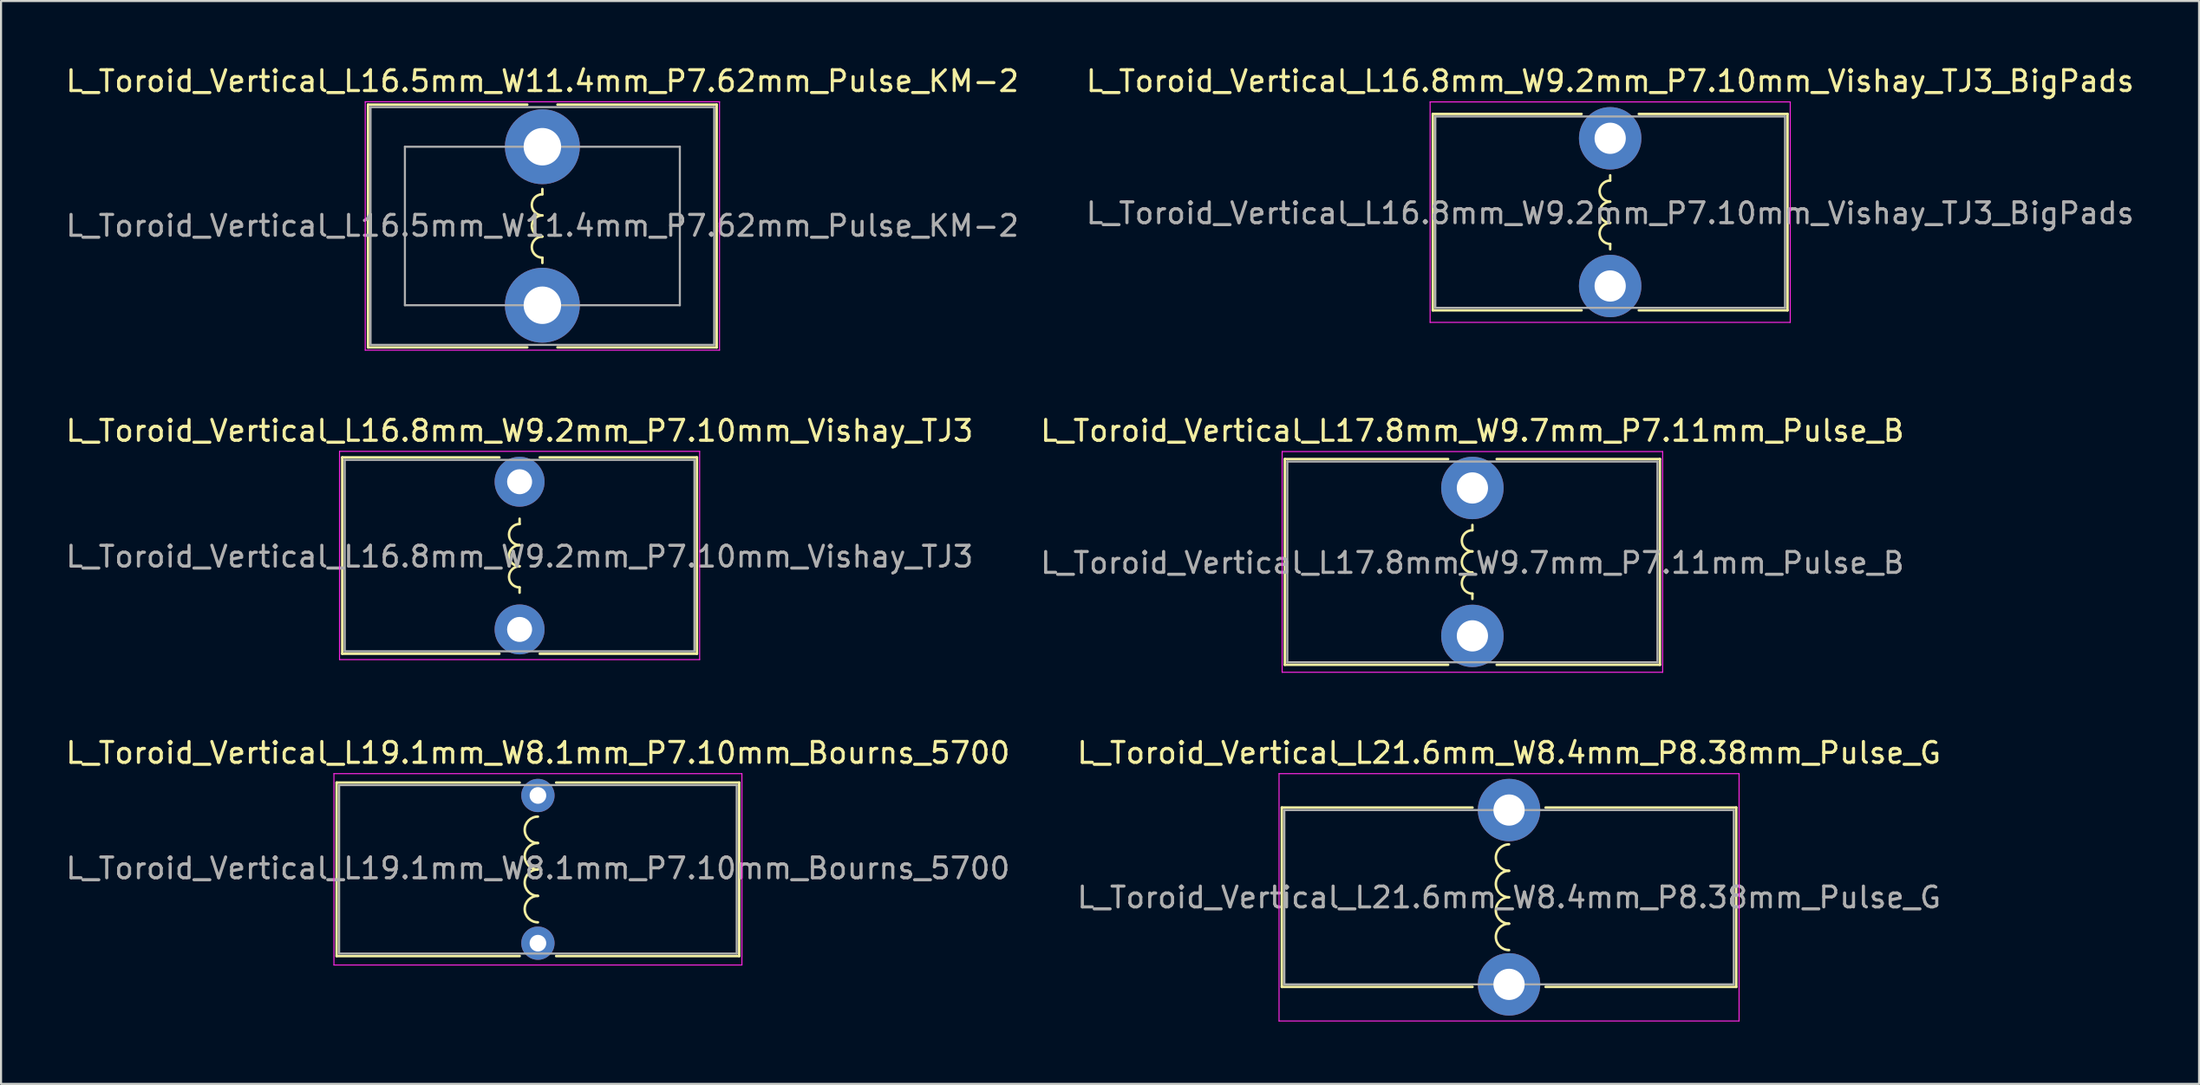
<source format=kicad_pcb>
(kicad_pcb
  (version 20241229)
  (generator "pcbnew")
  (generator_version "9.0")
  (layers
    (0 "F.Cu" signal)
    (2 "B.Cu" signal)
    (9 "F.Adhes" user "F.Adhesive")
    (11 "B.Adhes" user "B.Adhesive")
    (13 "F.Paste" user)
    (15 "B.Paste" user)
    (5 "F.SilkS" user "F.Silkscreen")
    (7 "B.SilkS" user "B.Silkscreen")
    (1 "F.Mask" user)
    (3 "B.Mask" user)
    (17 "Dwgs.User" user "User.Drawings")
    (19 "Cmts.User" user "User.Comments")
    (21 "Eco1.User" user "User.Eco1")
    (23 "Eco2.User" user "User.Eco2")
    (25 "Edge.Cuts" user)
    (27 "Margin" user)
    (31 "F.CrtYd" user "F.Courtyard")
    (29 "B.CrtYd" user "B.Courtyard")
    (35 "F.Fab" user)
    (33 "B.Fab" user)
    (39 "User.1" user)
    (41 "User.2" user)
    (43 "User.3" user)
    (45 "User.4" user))
  (footprint "L_Toroid_Vertical_L21.6mm_W8.4mm_P8.38mm_Pulse_G"
    (layer "F.Cu")
    (at 69.446 35.89)
    (property "Reference" "L_Toroid_Vertical_L21.6mm_W8.4mm_P8.38mm_Pulse_G" (at 0 -2.75 0) (layer "F.SilkS") (effects (font (size 1 1) (thickness 0.15))))
    (attr through_hole)
    (fp_line (start -10.915 -0.12) (end -10.915 8.5) (stroke (width 0.12) (type solid)) (layer "F.SilkS"))
    (fp_line (start -10.915 -0.12) (end -1.755 -0.12) (stroke (width 0.12) (type solid)) (layer "F.SilkS"))
    (fp_line (start -10.915 8.5) (end -1.755 8.5) (stroke (width 0.12) (type solid)) (layer "F.SilkS"))
    (fp_line (start 1.755 -0.12) (end 10.915 -0.12) (stroke (width 0.12) (type solid)) (layer "F.SilkS"))
    (fp_line (start 1.755 8.5) (end 10.915 8.5) (stroke (width 0.12) (type solid)) (layer "F.SilkS"))
    (fp_line (start 10.915 -0.12) (end 10.915 8.5) (stroke (width 0.12) (type solid)) (layer "F.SilkS"))
    (fp_arc (start 0 2.921) (mid -0.635 2.286) (end 0 1.651) (stroke (width 0.12) (type solid)) (layer "F.SilkS"))
    (fp_arc (start 0 4.191) (mid -0.635 3.556) (end 0 2.921) (stroke (width 0.12) (type solid)) (layer "F.SilkS"))
    (fp_arc (start 0 5.461) (mid -0.635 4.826) (end 0 4.191) (stroke (width 0.12) (type solid)) (layer "F.SilkS"))
    (fp_arc (start 0 6.731) (mid -0.635 6.096) (end 0 5.461) (stroke (width 0.12) (type solid)) (layer "F.SilkS"))
    (fp_line (start -11.05 -1.75) (end -11.05 10.14) (stroke (width 0.05) (type solid)) (layer "F.CrtYd"))
    (fp_line (start -11.05 10.14) (end 11.05 10.14) (stroke (width 0.05) (type solid)) (layer "F.CrtYd"))
    (fp_line (start 11.05 -1.75) (end -11.05 -1.75) (stroke (width 0.05) (type solid)) (layer "F.CrtYd"))
    (fp_line (start 11.05 10.14) (end 11.05 -1.75) (stroke (width 0.05) (type solid)) (layer "F.CrtYd"))
    (fp_line (start -10.795 0) (end -10.795 8.38) (stroke (width 0.1) (type solid)) (layer "F.Fab"))
    (fp_line (start -10.795 8.38) (end 10.795 8.38) (stroke (width 0.1) (type solid)) (layer "F.Fab"))
    (fp_line (start 10.795 0) (end -10.795 0) (stroke (width 0.1) (type solid)) (layer "F.Fab"))
    (fp_line (start 10.795 8.38) (end 10.795 0) (stroke (width 0.1) (type solid)) (layer "F.Fab"))
    (fp_text user "${REFERENCE}" (at 0 4.2 0) (layer "F.Fab") (effects (font (size 1 1) (thickness 0.15))))
    (pad "1" thru_hole circle (at 0 0) (size 3 3) (drill 1.5) (layers "*.Cu" "*.Mask"))
    (pad "2" thru_hole circle (at 0 8.38) (size 3 3) (drill 1.5) (layers "*.Cu" "*.Mask")))
  (footprint "L_Toroid_Vertical_L16.8mm_W9.2mm_P7.10mm_Vishay_TJ3_BigPads"
    (layer "F.Cu")
    (at 74.304 3.598)
    (property "Reference" "L_Toroid_Vertical_L16.8mm_W9.2mm_P7.10mm_Vishay_TJ3_BigPads" (at 0 -2.75 0) (layer "F.SilkS") (effects (font (size 1 1) (thickness 0.15))))
    (attr through_hole)
    (fp_line (start -8.52 -1.17) (end -8.52 8.27) (stroke (width 0.12) (type solid)) (layer "F.SilkS"))
    (fp_line (start -8.52 -1.17) (end -1.374 -1.17) (stroke (width 0.12) (type solid)) (layer "F.SilkS"))
    (fp_line (start -8.52 8.27) (end -1.374 8.27) (stroke (width 0.12) (type solid)) (layer "F.SilkS"))
    (fp_line (start 0 2.032) (end 0 1.778) (stroke (width 0.12) (type solid)) (layer "F.SilkS"))
    (fp_line (start 0 5.08) (end 0 5.334) (stroke (width 0.12) (type solid)) (layer "F.SilkS"))
    (fp_line (start 1.374 -1.17) (end 8.52 -1.17) (stroke (width 0.12) (type solid)) (layer "F.SilkS"))
    (fp_line (start 1.374 8.27) (end 8.52 8.27) (stroke (width 0.12) (type solid)) (layer "F.SilkS"))
    (fp_line (start 8.52 -1.17) (end 8.52 8.27) (stroke (width 0.12) (type solid)) (layer "F.SilkS"))
    (fp_arc (start 0 3.048) (mid -0.508 2.54) (end 0 2.032) (stroke (width 0.12) (type solid)) (layer "F.SilkS"))
    (fp_arc (start 0 4.064) (mid -0.508 3.556) (end 0 3.048) (stroke (width 0.12) (type solid)) (layer "F.SilkS"))
    (fp_arc (start 0 5.08) (mid -0.508 4.572) (end 0 4.064) (stroke (width 0.12) (type solid)) (layer "F.SilkS"))
    (fp_line (start -8.65 -1.75) (end -8.65 8.85) (stroke (width 0.05) (type solid)) (layer "F.CrtYd"))
    (fp_line (start -8.65 8.85) (end 8.65 8.85) (stroke (width 0.05) (type solid)) (layer "F.CrtYd"))
    (fp_line (start 8.65 -1.75) (end -8.65 -1.75) (stroke (width 0.05) (type solid)) (layer "F.CrtYd"))
    (fp_line (start 8.65 8.85) (end 8.65 -1.75) (stroke (width 0.05) (type solid)) (layer "F.CrtYd"))
    (fp_line (start -8.4 -1.05) (end -8.4 8.15) (stroke (width 0.1) (type solid)) (layer "F.Fab"))
    (fp_line (start -8.4 8.15) (end 8.4 8.15) (stroke (width 0.1) (type solid)) (layer "F.Fab"))
    (fp_line (start 8.4 -1.05) (end -8.4 -1.05) (stroke (width 0.1) (type solid)) (layer "F.Fab"))
    (fp_line (start 8.4 8.15) (end 8.4 -1.05) (stroke (width 0.1) (type solid)) (layer "F.Fab"))
    (fp_text user "${REFERENCE}" (at 0 3.6 0) (layer "F.Fab") (effects (font (size 1 1) (thickness 0.15))))
    (pad "1" thru_hole circle (at 0 0) (size 3 3) (drill 1.5) (layers "*.Cu" "*.Mask"))
    (pad "2" thru_hole circle (at 0 7.1) (size 3 3) (drill 1.5) (layers "*.Cu" "*.Mask")))
  (footprint "L_Toroid_Vertical_L19.1mm_W8.1mm_P7.10mm_Bourns_5700"
    (layer "F.Cu")
    (at 22.792 35.19)
    (property "Reference" "L_Toroid_Vertical_L19.1mm_W8.1mm_P7.10mm_Bourns_5700" (at 0 -2.05 0) (layer "F.SilkS") (effects (font (size 1 1) (thickness 0.15))))
    (attr through_hole)
    (fp_line (start -9.67 -0.62) (end -9.67 7.72) (stroke (width 0.12) (type solid)) (layer "F.SilkS"))
    (fp_line (start -9.67 -0.62) (end -0.875 -0.62) (stroke (width 0.12) (type solid)) (layer "F.SilkS"))
    (fp_line (start -9.67 7.72) (end -0.875 7.72) (stroke (width 0.12) (type solid)) (layer "F.SilkS"))
    (fp_line (start 0.875 -0.62) (end 9.67 -0.62) (stroke (width 0.12) (type solid)) (layer "F.SilkS"))
    (fp_line (start 0.875 7.72) (end 9.67 7.72) (stroke (width 0.12) (type solid)) (layer "F.SilkS"))
    (fp_line (start 9.67 -0.62) (end 9.67 7.72) (stroke (width 0.12) (type solid)) (layer "F.SilkS"))
    (fp_arc (start 0 2.286) (mid -0.635 1.651) (end 0 1.016) (stroke (width 0.12) (type solid)) (layer "F.SilkS"))
    (fp_arc (start 0 3.556) (mid -0.635 2.921) (end 0 2.286) (stroke (width 0.12) (type solid)) (layer "F.SilkS"))
    (fp_arc (start 0 4.826) (mid -0.635 4.191) (end 0 3.556) (stroke (width 0.12) (type solid)) (layer "F.SilkS"))
    (fp_arc (start 0 6.096) (mid -0.635 5.461) (end 0 4.826) (stroke (width 0.12) (type solid)) (layer "F.SilkS"))
    (fp_line (start -9.8 -1.05) (end -9.8 8.15) (stroke (width 0.05) (type solid)) (layer "F.CrtYd"))
    (fp_line (start -9.8 8.15) (end 9.8 8.15) (stroke (width 0.05) (type solid)) (layer "F.CrtYd"))
    (fp_line (start 9.8 -1.05) (end -9.8 -1.05) (stroke (width 0.05) (type solid)) (layer "F.CrtYd"))
    (fp_line (start 9.8 8.15) (end 9.8 -1.05) (stroke (width 0.05) (type solid)) (layer "F.CrtYd"))
    (fp_line (start -9.55 -0.5) (end -9.55 7.6) (stroke (width 0.1) (type solid)) (layer "F.Fab"))
    (fp_line (start -9.55 7.6) (end 9.55 7.6) (stroke (width 0.1) (type solid)) (layer "F.Fab"))
    (fp_line (start 9.55 -0.5) (end -9.55 -0.5) (stroke (width 0.1) (type solid)) (layer "F.Fab"))
    (fp_line (start 9.55 7.6) (end 9.55 -0.5) (stroke (width 0.1) (type solid)) (layer "F.Fab"))
    (fp_text user "${REFERENCE}" (at 0 3.5 0) (layer "F.Fab") (effects (font (size 1 1) (thickness 0.15))))
    (pad "1" thru_hole circle (at 0 0) (size 1.6 1.6) (drill 0.8) (layers "*.Cu" "*.Mask"))
    (pad "2" thru_hole circle (at 0 7.1) (size 1.6 1.6) (drill 0.8) (layers "*.Cu" "*.Mask")))
  (footprint "L_Toroid_Vertical_L16.5mm_W11.4mm_P7.62mm_Pulse_KM-2"
    (layer "F.Cu")
    (at 23.006 4.003)
    (property "Reference" "L_Toroid_Vertical_L16.5mm_W11.4mm_P7.62mm_Pulse_KM-2" (at 0 -3.155 0) (layer "F.SilkS") (effects (font (size 1 1) (thickness 0.15))))
    (attr through_hole)
    (fp_line (start -8.375 -2.025) (end -8.375 9.645) (stroke (width 0.12) (type solid)) (layer "F.SilkS"))
    (fp_line (start -8.375 -2.025) (end -0.725 -2.025) (stroke (width 0.12) (type solid)) (layer "F.SilkS"))
    (fp_line (start -8.375 9.645) (end -0.725 9.645) (stroke (width 0.12) (type solid)) (layer "F.SilkS"))
    (fp_line (start 0 2.286) (end 0 2.032) (stroke (width 0.12) (type solid)) (layer "F.SilkS"))
    (fp_line (start 0 5.334) (end 0 5.588) (stroke (width 0.12) (type solid)) (layer "F.SilkS"))
    (fp_line (start 0.725 -2.025) (end 8.375 -2.025) (stroke (width 0.12) (type solid)) (layer "F.SilkS"))
    (fp_line (start 0.725 9.645) (end 8.375 9.645) (stroke (width 0.12) (type solid)) (layer "F.SilkS"))
    (fp_line (start 8.375 -2.025) (end 8.375 9.645) (stroke (width 0.12) (type solid)) (layer "F.SilkS"))
    (fp_arc (start 0 3.302) (mid -0.508 2.794) (end 0 2.286) (stroke (width 0.12) (type solid)) (layer "F.SilkS"))
    (fp_arc (start 0 4.318) (mid -0.508 3.81) (end 0 3.302) (stroke (width 0.12) (type solid)) (layer "F.SilkS"))
    (fp_arc (start 0 5.334) (mid -0.508 4.826) (end 0 4.318) (stroke (width 0.12) (type solid)) (layer "F.SilkS"))
    (fp_line (start -8.51 -2.16) (end -8.51 9.78) (stroke (width 0.05) (type solid)) (layer "F.CrtYd"))
    (fp_line (start -8.51 9.78) (end 8.51 9.78) (stroke (width 0.05) (type solid)) (layer "F.CrtYd"))
    (fp_line (start 8.51 -2.16) (end -8.51 -2.16) (stroke (width 0.05) (type solid)) (layer "F.CrtYd"))
    (fp_line (start 8.51 9.78) (end 8.51 -2.16) (stroke (width 0.05) (type solid)) (layer "F.CrtYd"))
    (fp_line (start -8.255 -1.905) (end -8.255 9.525) (stroke (width 0.1) (type solid)) (layer "F.Fab"))
    (fp_line (start -8.255 9.525) (end 8.255 9.525) (stroke (width 0.1) (type solid)) (layer "F.Fab"))
    (fp_line (start -6.604 0) (end -6.604 7.62) (stroke (width 0.1) (type solid)) (layer "F.Fab"))
    (fp_line (start -6.604 7.62) (end 6.604 7.62) (stroke (width 0.1) (type solid)) (layer "F.Fab"))
    (fp_line (start 6.604 0) (end -6.604 0) (stroke (width 0.1) (type solid)) (layer "F.Fab"))
    (fp_line (start 6.604 7.62) (end 6.604 0) (stroke (width 0.1) (type solid)) (layer "F.Fab"))
    (fp_line (start 8.255 -1.905) (end -8.255 -1.905) (stroke (width 0.1) (type solid)) (layer "F.Fab"))
    (fp_line (start 8.255 9.525) (end 8.255 -1.905) (stroke (width 0.1) (type solid)) (layer "F.Fab"))
    (fp_text user "${REFERENCE}" (at 0 3.8 0) (layer "F.Fab") (effects (font (size 1 1) (thickness 0.15))))
    (pad "1" thru_hole circle (at 0 0) (size 3.6 3.6) (drill 1.8) (layers "*.Cu" "*.Mask"))
    (pad "2" thru_hole circle (at 0 7.62) (size 3.6 3.6) (drill 1.8) (layers "*.Cu" "*.Mask")))
  (footprint "L_Toroid_Vertical_L17.8mm_W9.7mm_P7.11mm_Pulse_B"
    (layer "F.Cu")
    (at 67.685 20.407)
    (property "Reference" "L_Toroid_Vertical_L17.8mm_W9.7mm_P7.11mm_Pulse_B" (at 0 -2.75 0) (layer "F.SilkS") (effects (font (size 1 1) (thickness 0.15))))
    (attr through_hole)
    (fp_line (start -9.01 -1.39) (end -9.01 8.5) (stroke (width 0.12) (type solid)) (layer "F.SilkS"))
    (fp_line (start -9.01 -1.39) (end -1.166 -1.39) (stroke (width 0.12) (type solid)) (layer "F.SilkS"))
    (fp_line (start -9.01 8.5) (end -1.166 8.5) (stroke (width 0.12) (type solid)) (layer "F.SilkS"))
    (fp_line (start 0 2.032) (end 0 1.778) (stroke (width 0.12) (type solid)) (layer "F.SilkS"))
    (fp_line (start 0 5.08) (end 0 5.334) (stroke (width 0.12) (type solid)) (layer "F.SilkS"))
    (fp_line (start 1.166 -1.39) (end 9.01 -1.39) (stroke (width 0.12) (type solid)) (layer "F.SilkS"))
    (fp_line (start 1.166 8.5) (end 9.01 8.5) (stroke (width 0.12) (type solid)) (layer "F.SilkS"))
    (fp_line (start 9.01 -1.39) (end 9.01 8.5) (stroke (width 0.12) (type solid)) (layer "F.SilkS"))
    (fp_arc (start 0 3.048) (mid -0.508 2.54) (end 0 2.032) (stroke (width 0.12) (type solid)) (layer "F.SilkS"))
    (fp_arc (start 0 4.064) (mid -0.508 3.556) (end 0 3.048) (stroke (width 0.12) (type solid)) (layer "F.SilkS"))
    (fp_arc (start 0 5.08) (mid -0.508 4.572) (end 0 4.064) (stroke (width 0.12) (type solid)) (layer "F.SilkS"))
    (fp_line (start -9.14 -1.75) (end -9.14 8.86) (stroke (width 0.05) (type solid)) (layer "F.CrtYd"))
    (fp_line (start -9.14 8.86) (end 9.14 8.86) (stroke (width 0.05) (type solid)) (layer "F.CrtYd"))
    (fp_line (start 9.14 -1.75) (end -9.14 -1.75) (stroke (width 0.05) (type solid)) (layer "F.CrtYd"))
    (fp_line (start 9.14 8.86) (end 9.14 -1.75) (stroke (width 0.05) (type solid)) (layer "F.CrtYd"))
    (fp_line (start -8.89 -1.27) (end -8.89 8.38) (stroke (width 0.1) (type solid)) (layer "F.Fab"))
    (fp_line (start -8.89 8.38) (end 8.89 8.38) (stroke (width 0.1) (type solid)) (layer "F.Fab"))
    (fp_line (start 8.89 -1.27) (end -8.89 -1.27) (stroke (width 0.1) (type solid)) (layer "F.Fab"))
    (fp_line (start 8.89 8.38) (end 8.89 -1.27) (stroke (width 0.1) (type solid)) (layer "F.Fab"))
    (fp_text user "${REFERENCE}" (at 0 3.6 0) (layer "F.Fab") (effects (font (size 1 1) (thickness 0.15))))
    (pad "1" thru_hole circle (at 0 0) (size 3 3) (drill 1.5) (layers "*.Cu" "*.Mask"))
    (pad "2" thru_hole circle (at 0 7.11) (size 3 3) (drill 1.5) (layers "*.Cu" "*.Mask")))
  (footprint "L_Toroid_Vertical_L16.8mm_W9.2mm_P7.10mm_Vishay_TJ3"
    (layer "F.Cu")
    (at 21.911 20.107)
    (property "Reference" "L_Toroid_Vertical_L16.8mm_W9.2mm_P7.10mm_Vishay_TJ3" (at 0 -2.45 0) (layer "F.SilkS") (effects (font (size 1 1) (thickness 0.15))))
    (attr through_hole)
    (fp_line (start -8.52 -1.17) (end -8.52 8.27) (stroke (width 0.12) (type solid)) (layer "F.SilkS"))
    (fp_line (start -8.52 -1.17) (end -0.968 -1.17) (stroke (width 0.12) (type solid)) (layer "F.SilkS"))
    (fp_line (start -8.52 8.27) (end -0.968 8.27) (stroke (width 0.12) (type solid)) (layer "F.SilkS"))
    (fp_line (start 0 2.032) (end 0 1.778) (stroke (width 0.12) (type solid)) (layer "F.SilkS"))
    (fp_line (start 0 5.08) (end 0 5.334) (stroke (width 0.12) (type solid)) (layer "F.SilkS"))
    (fp_line (start 0.968 -1.17) (end 8.52 -1.17) (stroke (width 0.12) (type solid)) (layer "F.SilkS"))
    (fp_line (start 0.968 8.27) (end 8.52 8.27) (stroke (width 0.12) (type solid)) (layer "F.SilkS"))
    (fp_line (start 8.52 -1.17) (end 8.52 8.27) (stroke (width 0.12) (type solid)) (layer "F.SilkS"))
    (fp_arc (start 0 3.048) (mid -0.508 2.54) (end 0 2.032) (stroke (width 0.12) (type solid)) (layer "F.SilkS"))
    (fp_arc (start 0 4.064) (mid -0.508 3.556) (end 0 3.048) (stroke (width 0.12) (type solid)) (layer "F.SilkS"))
    (fp_arc (start 0 5.08) (mid -0.508 4.572) (end 0 4.064) (stroke (width 0.12) (type solid)) (layer "F.SilkS"))
    (fp_line (start -8.65 -1.46) (end -8.65 8.55) (stroke (width 0.05) (type solid)) (layer "F.CrtYd"))
    (fp_line (start -8.65 8.55) (end 8.65 8.55) (stroke (width 0.05) (type solid)) (layer "F.CrtYd"))
    (fp_line (start 8.65 -1.46) (end -8.65 -1.46) (stroke (width 0.05) (type solid)) (layer "F.CrtYd"))
    (fp_line (start 8.65 8.55) (end 8.65 -1.46) (stroke (width 0.05) (type solid)) (layer "F.CrtYd"))
    (fp_line (start -8.4 -1.05) (end -8.4 8.15) (stroke (width 0.1) (type solid)) (layer "F.Fab"))
    (fp_line (start -8.4 8.15) (end 8.4 8.15) (stroke (width 0.1) (type solid)) (layer "F.Fab"))
    (fp_line (start 8.4 -1.05) (end -8.4 -1.05) (stroke (width 0.1) (type solid)) (layer "F.Fab"))
    (fp_line (start 8.4 8.15) (end 8.4 -1.05) (stroke (width 0.1) (type solid)) (layer "F.Fab"))
    (fp_text user "${REFERENCE}" (at 0 3.6 0) (layer "F.Fab") (effects (font (size 1 1) (thickness 0.15))))
    (pad "1" thru_hole circle (at 0 0) (size 2.4 2.4) (drill 1.2) (layers "*.Cu" "*.Mask"))
    (pad "2" thru_hole circle (at 0 7.1) (size 2.4 2.4) (drill 1.2) (layers "*.Cu" "*.Mask")))
  (gr_rect
    (start -3 -3)
    (end 102.595 49.055)
    (stroke (width 0.1) (type default))
    (fill no)
    (layer "Edge.Cuts")))
</source>
